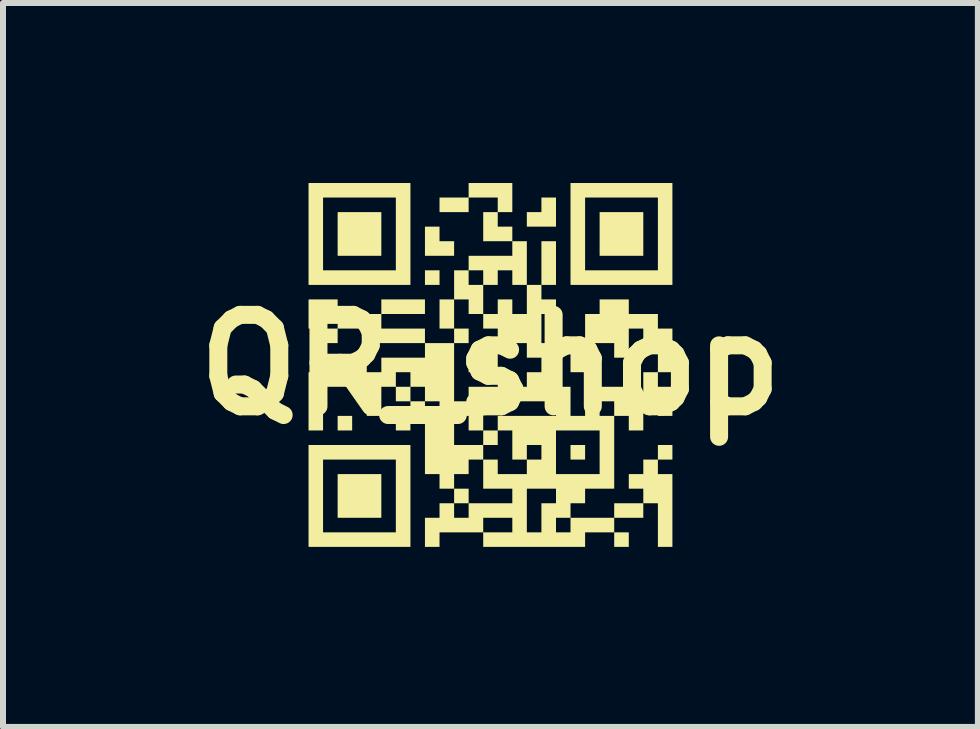
<source format=kicad_pcb>
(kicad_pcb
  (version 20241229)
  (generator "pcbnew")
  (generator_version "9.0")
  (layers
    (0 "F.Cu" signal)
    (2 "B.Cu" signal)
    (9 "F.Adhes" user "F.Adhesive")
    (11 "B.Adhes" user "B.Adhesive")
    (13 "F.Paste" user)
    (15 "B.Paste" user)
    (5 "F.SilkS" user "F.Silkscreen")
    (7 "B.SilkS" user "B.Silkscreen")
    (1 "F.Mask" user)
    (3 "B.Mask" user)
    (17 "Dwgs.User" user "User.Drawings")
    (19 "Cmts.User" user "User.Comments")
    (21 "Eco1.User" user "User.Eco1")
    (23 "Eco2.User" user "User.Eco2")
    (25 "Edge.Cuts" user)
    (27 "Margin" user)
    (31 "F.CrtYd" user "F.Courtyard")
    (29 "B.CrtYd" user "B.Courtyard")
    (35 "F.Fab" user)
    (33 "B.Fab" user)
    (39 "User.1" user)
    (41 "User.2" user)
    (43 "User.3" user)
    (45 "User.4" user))
  (footprint "QR_shop"
    (layer "F.Cu")
    (at 5.124 3.032)
    (property "Reference" "QR_shop" (at 0 0 0) (layer "F.SilkS") (effects (font (size 1.524 1.524) (thickness 0.3))))
    (attr board_only exclude_from_pos_files exclude_from_bom)
    (fp_poly (pts (xy -2.305 1.092) (xy -2.547 1.092) (xy -2.547 0.849) (xy -2.305 0.849)) (stroke (width 0) (type solid)) (fill yes) (layer "F.SilkS"))
    (fp_poly (pts (xy -1.819 -1.819) (xy -2.547 -1.819) (xy -2.547 -2.547) (xy -1.819 -2.547)) (stroke (width 0) (type solid)) (fill yes) (layer "F.SilkS"))
    (fp_poly (pts (xy -1.819 2.547) (xy -2.547 2.547) (xy -2.547 1.819) (xy -1.819 1.819)) (stroke (width 0) (type solid)) (fill yes) (layer "F.SilkS"))
    (fp_poly (pts (xy -1.334 1.092) (xy -1.577 1.092) (xy -1.577 0.849) (xy -1.334 0.849)) (stroke (width 0) (type solid)) (fill yes) (layer "F.SilkS"))
    (fp_poly (pts (xy -1.092 -0.849) (xy -1.819 -0.849) (xy -1.819 -1.092) (xy -1.092 -1.092)) (stroke (width 0) (type solid)) (fill yes) (layer "F.SilkS"))
    (fp_poly (pts (xy -0.849 -1.334) (xy -1.092 -1.334) (xy -1.092 -1.577) (xy -0.849 -1.577)) (stroke (width 0) (type solid)) (fill yes) (layer "F.SilkS"))
    (fp_poly (pts (xy -0.364 -2.547) (xy -0.849 -2.547) (xy -0.849 -2.79) (xy -0.364 -2.79)) (stroke (width 0) (type solid)) (fill yes) (layer "F.SilkS"))
    (fp_poly (pts (xy 0.121 1.334) (xy -0.121 1.334) (xy -0.121 1.092) (xy 0.121 1.092)) (stroke (width 0) (type solid)) (fill yes) (layer "F.SilkS"))
    (fp_poly (pts (xy 1.092 -1.334) (xy 0.849 -1.334) (xy 0.849 -2.062) (xy 1.092 -2.062)) (stroke (width 0) (type solid)) (fill yes) (layer "F.SilkS"))
    (fp_poly (pts (xy 1.577 1.577) (xy 1.334 1.577) (xy 1.334 1.334) (xy 1.577 1.334)) (stroke (width 0) (type solid)) (fill yes) (layer "F.SilkS"))
    (fp_poly (pts (xy 2.305 3.032) (xy 2.062 3.032) (xy 2.062 2.79) (xy 2.305 2.79)) (stroke (width 0) (type solid)) (fill yes) (layer "F.SilkS"))
    (fp_poly (pts (xy 2.547 -1.819) (xy 1.819 -1.819) (xy 1.819 -2.547) (xy 2.547 -2.547)) (stroke (width 0) (type solid)) (fill yes) (layer "F.SilkS"))
    (fp_poly (pts (xy 2.547 2.547) (xy 2.062 2.547) (xy 2.062 2.305) (xy 2.547 2.305)) (stroke (width 0) (type solid)) (fill yes) (layer "F.SilkS"))
    (fp_poly (pts (xy 3.032 1.577) (xy 2.79 1.577) (xy 2.79 1.334) (xy 3.032 1.334)) (stroke (width 0) (type solid)) (fill yes) (layer "F.SilkS"))
    (fp_poly (pts (xy -0.849 -2.062) (xy -0.606 -2.062) (xy -0.606 -1.819) (xy -1.092 -1.819) (xy -1.092 -2.305) (xy -0.849 -2.305)) (stroke (width 0) (type solid)) (fill yes) (layer "F.SilkS"))
    (fp_poly (pts (xy -0.364 -3.032) (xy 0.364 -3.032) (xy 0.364 -2.547) (xy 0.121 -2.547) (xy 0.121 -2.79) (xy -0.364 -2.79)) (stroke (width 0) (type solid)) (fill yes) (layer "F.SilkS"))
    (fp_poly (pts (xy 0.121 -2.305) (xy 0.364 -2.305) (xy 0.364 -2.062) (xy -0.121 -2.062) (xy -0.121 -2.547) (xy 0.121 -2.547)) (stroke (width 0) (type solid)) (fill yes) (layer "F.SilkS"))
    (fp_poly (pts (xy 0.121 0.121) (xy -0.364 0.121) (xy -0.364 -0.121) (xy -0.121 -0.121) (xy -0.121 -0.364) (xy 0.121 -0.364)) (stroke (width 0) (type solid)) (fill yes) (layer "F.SilkS"))
    (fp_poly (pts (xy 1.092 -2.305) (xy 0.606 -2.305) (xy 0.606 -2.547) (xy 0.849 -2.547) (xy 0.849 -2.79) (xy 1.092 -2.79)) (stroke (width 0) (type solid)) (fill yes) (layer "F.SilkS"))
    (fp_poly (pts (xy -1.334 -1.334) (xy -3.032 -1.334) (xy -3.032 -1.577) (xy -2.79 -1.577) (xy -1.577 -1.577) (xy -1.577 -2.79) (xy -2.79 -2.79) (xy -2.79 -1.577) (xy -3.032 -1.577) (xy -3.032 -3.032) (xy -1.334 -3.032)) (stroke (width 0) (type solid)) (fill yes) (layer "F.SilkS"))
    (fp_poly (pts (xy -1.334 3.032) (xy -3.032 3.032) (xy -3.032 2.79) (xy -2.79 2.79) (xy -1.577 2.79) (xy -1.577 1.577) (xy -2.79 1.577) (xy -2.79 2.79) (xy -3.032 2.79) (xy -3.032 1.334) (xy -1.334 1.334)) (stroke (width 0) (type solid)) (fill yes) (layer "F.SilkS"))
    (fp_poly (pts (xy 3.032 -1.334) (xy 1.334 -1.334) (xy 1.334 -1.577) (xy 1.577 -1.577) (xy 2.79 -1.577) (xy 2.79 -2.79) (xy 1.577 -2.79) (xy 1.577 -1.577) (xy 1.334 -1.577) (xy 1.334 -3.032) (xy 3.032 -3.032)) (stroke (width 0) (type solid)) (fill yes) (layer "F.SilkS"))
    (fp_poly (pts (xy 2.547 2.062) (xy 2.305 2.062) (xy 2.305 1.819) (xy 2.547 1.819) (xy 2.547 1.577) (xy 2.79 1.577) (xy 2.79 1.819) (xy 3.032 1.819) (xy 3.032 3.032) (xy 2.79 3.032) (xy 2.79 2.305) (xy 2.547 2.305)) (stroke (width 0) (type solid)) (fill yes) (layer "F.SilkS"))
    (fp_poly (pts (xy -1.819 -0.849) (xy -1.819 -0.606) (xy -1.092 -0.606) (xy -1.092 -0.364) (xy -2.062 -0.364) (xy -2.062 -0.606) (xy -2.547 -0.606) (xy -2.547 -0.364) (xy -2.79 -0.364) (xy -2.79 -0.606) (xy -2.547 -0.606) (xy -2.547 -0.849) (xy -2.79 -0.849) (xy -2.79 -0.606) (xy -3.032 -0.606) (xy -3.032 -1.092) (xy -2.547 -1.092) (xy -2.547 -0.849)) (stroke (width 0) (type solid)) (fill yes) (layer "F.SilkS"))
    (fp_poly (pts (xy -1.334 0.606) (xy -1.092 0.606) (xy -1.092 0.364) (xy -1.334 0.364) (xy -1.334 0.606) (xy -1.577 0.606) (xy -1.577 0.364) (xy -1.334 0.364) (xy -1.334 0.121) (xy -1.577 0.121) (xy -1.577 0.364) (xy -1.819 0.364) (xy -1.819 0.849) (xy -2.062 0.849) (xy -2.062 0.364) (xy -2.79 0.364) (xy -2.79 1.092) (xy -3.032 1.092) (xy -3.032 0.121) (xy -2.79 0.121) (xy -2.79 -0.121) (xy -2.547 -0.121) (xy -2.547 0.121) (xy -2.305 0.121) (xy -2.305 -0.121) (xy -2.062 -0.121) (xy -2.062 0.121) (xy -1.819 0.121) (xy -1.819 -0.121) (xy -1.092 -0.121) (xy -1.092 -0.364) (xy -0.606 -0.364) (xy -0.606 -0.606) (xy -0.849 -0.606) (xy -0.849 -1.092) (xy -0.606 -1.092) (xy -0.606 -1.334) (xy -0.364 -1.334) (xy -0.121 -1.334) (xy -0.121 -1.577) (xy -0.364 -1.577) (xy -0.364 -1.334) (xy -0.606 -1.334) (xy -0.606 -1.577) (xy -0.364 -1.577) (xy -0.364 -1.819) (xy 0.364 -1.819) (xy 0.364 -2.062) (xy 0.606 -2.062) (xy 0.606 -1.334) (xy 0.849 -1.334) (xy 0.849 -1.092) (xy 1.092 -1.092) (xy 1.092 -0.849) (xy 0.849 -0.849) (xy 0.849 -0.364) (xy 1.092 -0.364) (xy 1.092 0.364) (xy 1.334 0.364) (xy 1.334 0.849) (xy 1.577 0.849) (xy 1.819 0.849) (xy 2.062 0.849) (xy 2.062 0.606) (xy 1.819 0.606) (xy 1.819 0.849) (xy 1.577 0.849) (xy 1.577 0.121) (xy 1.819 0.121) (xy 1.819 0.364) (xy 2.305 0.364) (xy 2.305 0.606) (xy 2.547 0.606) (xy 2.547 0.121) (xy 2.79 0.121) (xy 2.79 -0.364) (xy 2.547 -0.364) (xy 2.547 -0.606) (xy 2.305 -0.606) (xy 2.305 -0.121) (xy 2.062 -0.121) (xy 2.062 -0.364) (xy 1.577 -0.364) (xy 1.577 0.121) (xy 1.334 0.121) (xy 1.334 -0.364) (xy 1.577 -0.364) (xy 1.577 -0.849) (xy 1.819 -0.849) (xy 1.819 -1.092) (xy 2.305 -1.092) (xy 2.305 -0.849) (xy 2.79 -0.849) (xy 2.79 -0.606) (xy 3.032 -0.606) (xy 3.032 0.121) (xy 2.79 0.121) (xy 2.79 0.364) (xy 3.032 0.364) (xy 3.032 0.849) (xy 2.79 0.849) (xy 2.79 0.606) (xy 2.547 0.606) (xy 2.547 1.092) (xy 2.305 1.092) (xy 2.305 0.849) (xy 2.062 0.849) (xy 2.062 2.062) (xy 1.577 2.062) (xy 1.577 2.305) (xy 1.334 2.305) (xy 1.334 2.547) (xy 2.062 2.547) (xy 2.062 2.79) (xy 1.577 2.79) (xy 1.577 3.032) (xy -0.121 3.032) (xy -0.121 2.79) (xy 0.364 2.79) (xy 0.606 2.79) (xy 0.849 2.79) (xy 1.092 2.79) (xy 1.334 2.79) (xy 1.334 2.547) (xy 1.092 2.547) (xy 1.092 2.79) (xy 0.849 2.79) (xy 0.849 2.305) (xy 1.092 2.305) (xy 1.092 2.062) (xy 0.606 2.062) (xy 0.606 2.79) (xy 0.364 2.79) (xy 0.364 2.547) (xy -0.121 2.547) (xy -0.121 2.79) (xy -0.849 2.79) (xy -0.849 3.032) (xy -1.092 3.032) (xy -1.092 2.547) (xy -0.849 2.547) (xy -0.606 2.547) (xy -0.364 2.547) (xy -0.364 2.305) (xy -0.606 2.305) (xy -0.606 2.547) (xy -0.849 2.547) (xy -0.849 2.305) (xy -0.606 2.305) (xy -0.606 2.062) (xy -0.364 2.062) (xy -0.364 2.305) (xy 0.364 2.305) (xy 0.364 2.062) (xy -0.121 2.062) (xy -0.121 1.577) (xy -0.364 1.577) (xy -0.364 1.819) (xy -0.606 1.819) (xy -0.606 2.062) (xy -0.849 2.062) (xy -0.849 1.819) (xy -1.092 1.819) (xy -1.092 1.334) (xy -0.606 1.334) (xy -0.121 1.334) (xy -0.121 1.577) (xy 0.121 1.577) (xy 0.121 1.819) (xy 0.606 1.819) (xy 1.092 1.819) (xy 1.819 1.819) (xy 1.819 1.092) (xy 1.092 1.092) (xy 1.092 1.819) (xy 0.606 1.819) (xy 0.606 1.577) (xy 0.849 1.577) (xy 0.849 1.334) (xy 0.606 1.334) (xy 0.606 1.577) (xy 0.364 1.577) (xy 0.364 1.092) (xy 0.121 1.092) (xy 0.121 0.849) (xy 1.092 0.849) (xy 1.092 0.606) (xy -0.121 0.606) (xy -0.121 1.092) (xy -0.364 1.092) (xy -0.364 0.849) (xy -0.606 0.849) (xy -0.606 1.334) (xy -1.092 1.334) (xy -1.092 0.849) (xy -0.849 0.849) (xy -0.849 0.606) (xy -0.606 0.606) (xy -0.364 0.606) (xy -0.364 0.364) (xy 0.121 0.364) (xy 0.121 0.121) (xy 0.364 0.121) (xy 0.364 0.364) (xy 0.606 0.364) (xy 0.606 0.121) (xy 0.849 0.121) (xy 0.849 -0.121) (xy 0.606 -0.121) (xy 0.606 -0.364) (xy 0.121 -0.364) (xy 0.121 -0.606) (xy -0.121 -0.606) (xy -0.121 -0.849) (xy 0.121 -0.849) (xy 0.121 -1.092) (xy 0.364 -1.092) (xy 0.364 -0.849) (xy 0.606 -0.849) (xy 0.606 -1.334) (xy 0.364 -1.334) (xy 0.364 -1.577) (xy 0.121 -1.577) (xy 0.121 -1.334) (xy -0.121 -1.334) (xy -0.121 -0.849) (xy -0.364 -0.849) (xy -0.364 -1.092) (xy -0.606 -1.092) (xy -0.606 -0.606) (xy -0.364 -0.606) (xy -0.364 -0.364) (xy -0.606 -0.364) (xy -0.606 0.606) (xy -0.849 0.606) (xy -1.092 0.606) (xy -1.092 0.849) (xy -1.334 0.849)) (stroke (width 0) (type solid)) (fill yes) (layer "F.SilkS")))
  (gr_rect
    (start -3 -3)
    (end 13.247 9.065)
    (stroke (width 0.1) (type default))
    (fill no)
    (layer "Edge.Cuts")))
</source>
